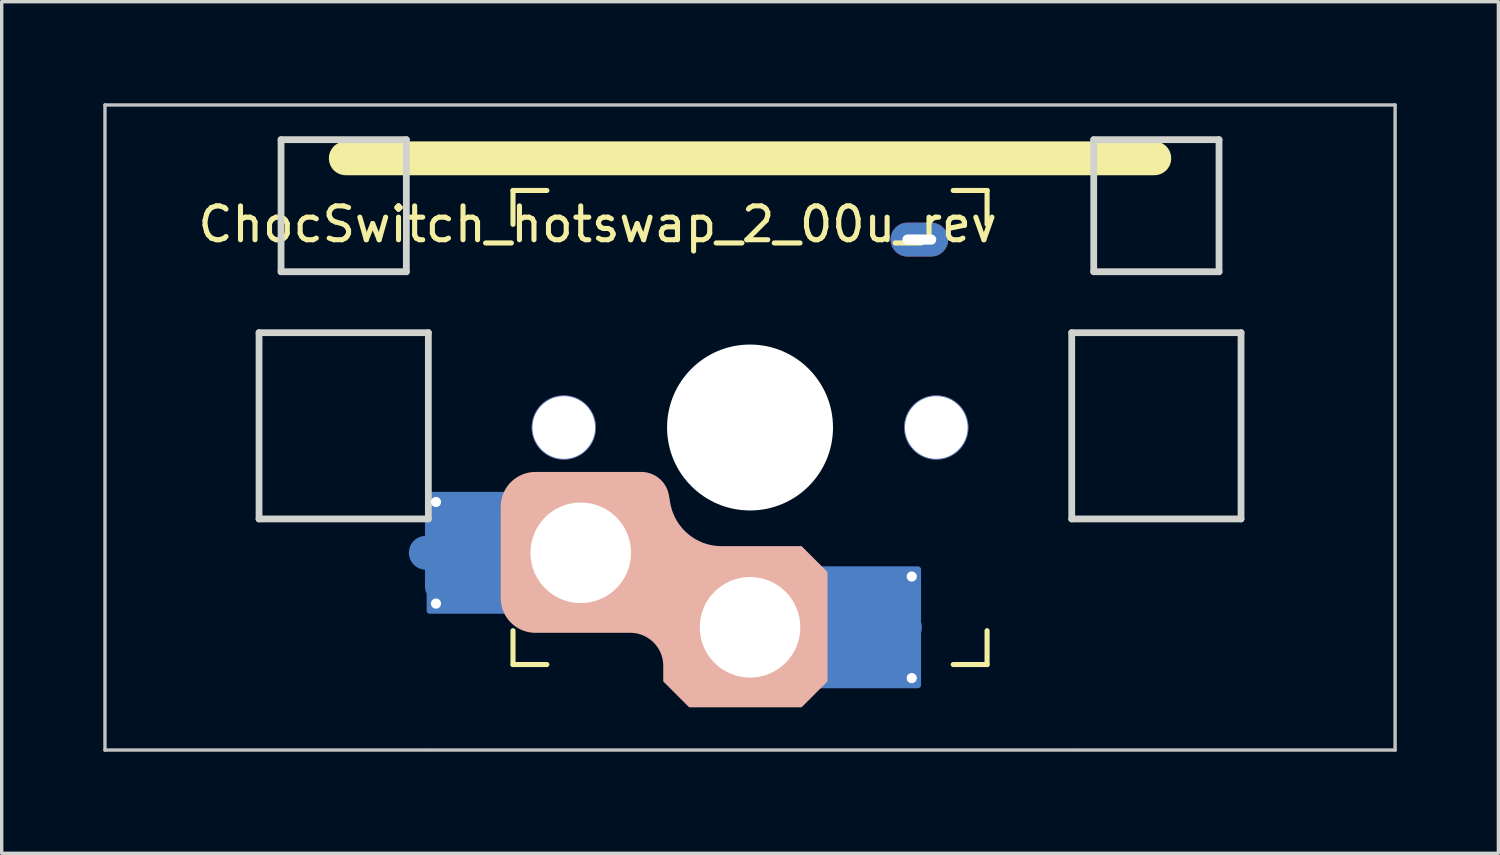
<source format=kicad_pcb>
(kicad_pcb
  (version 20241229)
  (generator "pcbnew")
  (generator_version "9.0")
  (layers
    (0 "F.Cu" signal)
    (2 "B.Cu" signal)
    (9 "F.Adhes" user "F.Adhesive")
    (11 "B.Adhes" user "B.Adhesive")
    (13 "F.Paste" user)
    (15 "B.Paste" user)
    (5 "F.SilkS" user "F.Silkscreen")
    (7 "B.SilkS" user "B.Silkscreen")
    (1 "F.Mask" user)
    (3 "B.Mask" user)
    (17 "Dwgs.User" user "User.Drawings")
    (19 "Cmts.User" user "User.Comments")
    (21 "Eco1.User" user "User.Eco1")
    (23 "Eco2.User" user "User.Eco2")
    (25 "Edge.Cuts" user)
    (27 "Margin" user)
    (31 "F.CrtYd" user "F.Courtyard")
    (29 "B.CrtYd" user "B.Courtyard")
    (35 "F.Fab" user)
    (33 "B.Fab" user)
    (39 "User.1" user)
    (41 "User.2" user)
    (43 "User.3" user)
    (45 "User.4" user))
  (footprint "ChocSwitch_hotswap_2_00u_rev"
    (layer "F.Cu")
    (at 19.1 9.575)
    (property "Reference" "ChocSwitch_hotswap_2_00u_rev" (at -4.5 -6 0) (unlocked yes) (layer "F.SilkS") (effects (font (size 1 1) (thickness 0.15))))
    (attr smd)
    (fp_line (start -7 -7) (end -6 -7) (stroke (width 0.15) (type solid)) (layer "F.SilkS"))
    (fp_line (start -7 -6) (end -7 -7) (stroke (width 0.15) (type solid)) (layer "F.SilkS"))
    (fp_line (start -7 7) (end -7 6) (stroke (width 0.15) (type solid)) (layer "F.SilkS"))
    (fp_line (start -6 7) (end -7 7) (stroke (width 0.15) (type solid)) (layer "F.SilkS"))
    (fp_line (start 6 7) (end 7 7) (stroke (width 0.15) (type solid)) (layer "F.SilkS"))
    (fp_line (start 7 -7) (end 6 -7) (stroke (width 0.15) (type solid)) (layer "F.SilkS"))
    (fp_line (start 7 -6) (end 7 -7) (stroke (width 0.15) (type solid)) (layer "F.SilkS"))
    (fp_line (start 7 7) (end 7 6) (stroke (width 0.15) (type solid)) (layer "F.SilkS"))
    (fp_line (start 11.938 -7.95) (end -11.938 -7.95) (stroke (width 1) (type solid)) (layer "F.SilkS"))
    (fp_line (start -9.525 9.525) (end -9.525 9.525) (stroke (width 0.071) (type solid)) (layer "B.SilkS"))
    (fp_line (start 9.525 9.525) (end 9.525 9.525) (stroke (width 0.071) (type solid)) (layer "B.SilkS"))
    (fp_poly (pts (xy -3.176 1.338) (xy -3.14 1.341) (xy -3.104 1.345) (xy -3.069 1.35) (xy -3.034 1.357) (xy -3 1.366) (xy -2.967 1.376) (xy -2.934 1.387) (xy -2.901 1.4) (xy -2.87 1.414) (xy -2.839 1.43) (xy -2.808 1.446) (xy -2.779 1.464) (xy -2.75 1.484) (xy -2.723 1.504) (xy -2.696 1.526) (xy -2.67 1.548) (xy -2.645 1.572) (xy -2.621 1.597) (xy -2.598 1.623) (xy -2.577 1.65) (xy -2.556 1.677) (xy -2.537 1.706) (xy -2.519 1.736) (xy -2.502 1.766) (xy -2.486 1.798) (xy -2.472 1.83) (xy -2.459 1.863) (xy -2.447 1.896) (xy -2.437 1.931) (xy -2.428 1.966) (xy -2.421 2.001) (xy -2.38 2.238) (xy -2.366 2.308) (xy -2.349 2.376) (xy -2.329 2.442) (xy -2.307 2.508) (xy -2.281 2.572) (xy -2.254 2.634) (xy -2.223 2.695) (xy -2.19 2.755) (xy -2.155 2.812) (xy -2.117 2.868) (xy -2.077 2.922) (xy -2.035 2.974) (xy -1.991 3.025) (xy -1.944 3.073) (xy -1.896 3.119) (xy -1.846 3.163) (xy -1.793 3.205) (xy -1.739 3.245) (xy -1.684 3.282) (xy -1.627 3.317) (xy -1.568 3.349) (xy -1.508 3.379) (xy -1.446 3.407) (xy -1.383 3.432) (xy -1.319 3.454) (xy -1.254 3.473) (xy -1.188 3.49) (xy -1.12 3.504) (xy -1.052 3.514) (xy -0.983 3.522) (xy -0.913 3.527) (xy -0.842 3.528) (xy 1.512 3.528) (xy 2.262 4.278) (xy 2.262 7.488) (xy 1.512 8.238) (xy -1.788 8.238) (xy -2.538 7.488) (xy -2.538 7.038) (xy -2.539 6.988) (xy -2.543 6.939) (xy -2.549 6.89) (xy -2.558 6.842) (xy -2.568 6.794) (xy -2.581 6.747) (xy -2.597 6.7) (xy -2.614 6.655) (xy -2.634 6.61) (xy -2.656 6.567) (xy -2.68 6.524) (xy -2.706 6.483) (xy -2.734 6.443) (xy -2.765 6.404) (xy -2.797 6.366) (xy -2.831 6.331) (xy -2.867 6.296) (xy -2.905 6.264) (xy -2.943 6.234) (xy -2.983 6.206) (xy -3.025 6.179) (xy -3.067 6.155) (xy -3.111 6.134) (xy -3.156 6.114) (xy -3.201 6.096) (xy -3.247 6.081) (xy -3.294 6.068) (xy -3.342 6.057) (xy -3.391 6.049) (xy -3.439 6.043) (xy -3.489 6.039) (xy -3.538 6.038) (xy -6.338 6.038) (xy -6.388 6.036) (xy -6.437 6.033) (xy -6.486 6.027) (xy -6.534 6.018) (xy -6.582 6.007) (xy -6.629 5.994) (xy -6.675 5.979) (xy -6.721 5.962) (xy -6.766 5.942) (xy -6.809 5.92) (xy -6.852 5.896) (xy -6.893 5.87) (xy -6.933 5.841) (xy -6.972 5.811) (xy -7.009 5.779) (xy -7.045 5.745) (xy -7.08 5.709) (xy -7.112 5.671) (xy -7.142 5.633) (xy -7.17 5.592) (xy -7.196 5.551) (xy -7.22 5.509) (xy -7.242 5.465) (xy -7.262 5.42) (xy -7.28 5.375) (xy -7.295 5.329) (xy -7.308 5.281) (xy -7.319 5.234) (xy -7.327 5.185) (xy -7.333 5.137) (xy -7.337 5.087) (xy -7.338 5.038) (xy -7.338 2.338) (xy -7.337 2.288) (xy -7.333 2.239) (xy -7.327 2.19) (xy -7.319 2.142) (xy -7.308 2.094) (xy -7.295 2.047) (xy -7.28 2) (xy -7.262 1.955) (xy -7.242 1.91) (xy -7.22 1.867) (xy -7.196 1.824) (xy -7.17 1.783) (xy -7.142 1.743) (xy -7.112 1.704) (xy -7.08 1.666) (xy -7.045 1.63) (xy -7.009 1.596) (xy -6.972 1.564) (xy -6.933 1.534) (xy -6.893 1.506) (xy -6.852 1.48) (xy -6.809 1.455) (xy -6.766 1.434) (xy -6.721 1.414) (xy -6.675 1.396) (xy -6.629 1.381) (xy -6.582 1.368) (xy -6.534 1.357) (xy -6.486 1.349) (xy -6.437 1.342) (xy -6.388 1.339) (xy -6.338 1.338) (xy -3.212 1.338)) (stroke (width 0.05) (type solid)) (fill yes) (layer "B.SilkS"))
    (fp_line (start -19.05 -9.525) (end 19.05 -9.525) (stroke (width 0.1) (type solid)) (layer "Dwgs.User"))
    (fp_line (start -19.05 9.525) (end -19.05 -9.525) (stroke (width 0.1) (type solid)) (layer "Dwgs.User"))
    (fp_line (start 19.05 -9.525) (end 19.05 9.525) (stroke (width 0.1) (type solid)) (layer "Dwgs.User"))
    (fp_line (start 19.05 9.525) (end -19.05 9.525) (stroke (width 0.1) (type solid)) (layer "Dwgs.User"))
    (fp_line (start -7 -7) (end 7 -7) (stroke (width 0.1) (type solid)) (layer "Eco1.User"))
    (fp_line (start -7 7) (end -7 -7) (stroke (width 0.1) (type solid)) (layer "Eco1.User"))
    (fp_line (start 7 -7) (end 7 7) (stroke (width 0.1) (type solid)) (layer "Eco1.User"))
    (fp_line (start 7 7) (end -7 7) (stroke (width 0.1) (type solid)) (layer "Eco1.User"))
    (fp_rect (start -1.75 -3.25) (end 1.75 -6.35) (stroke (width 0.1) (type solid)) (fill no) (layer "Eco1.User"))
    (fp_line (start 0 0) (end 0 -5) (stroke (width 0.05) (type solid)) (layer "Eco2.User"))
    (fp_line (start 8.262 0) (end 0 0) (stroke (width 0.05) (type solid)) (layer "Eco2.User"))
    (fp_line (start -14.5 -2.8) (end -9.5 -2.8) (stroke (width 0.2) (type solid)) (layer "Edge.Cuts"))
    (fp_line (start -14.5 2.7) (end -14.5 -2.8) (stroke (width 0.2) (type solid)) (layer "Edge.Cuts"))
    (fp_line (start -13.85 -8.5) (end -10.15 -8.5) (stroke (width 0.2) (type solid)) (layer "Edge.Cuts"))
    (fp_line (start -13.85 -4.6) (end -13.85 -8.5) (stroke (width 0.2) (type solid)) (layer "Edge.Cuts"))
    (fp_line (start -10.15 -8.5) (end -10.15 -4.6) (stroke (width 0.2) (type solid)) (layer "Edge.Cuts"))
    (fp_line (start -10.15 -4.6) (end -13.85 -4.6) (stroke (width 0.2) (type solid)) (layer "Edge.Cuts"))
    (fp_line (start -9.5 -2.8) (end -9.5 2.7) (stroke (width 0.2) (type solid)) (layer "Edge.Cuts"))
    (fp_line (start -9.5 2.7) (end -14.5 2.7) (stroke (width 0.2) (type solid)) (layer "Edge.Cuts"))
    (fp_line (start 9.5 -2.8) (end 9.5 2.7) (stroke (width 0.2) (type solid)) (layer "Edge.Cuts"))
    (fp_line (start 9.5 2.7) (end 14.5 2.7) (stroke (width 0.2) (type solid)) (layer "Edge.Cuts"))
    (fp_line (start 10.15 -8.5) (end 10.15 -4.6) (stroke (width 0.2) (type solid)) (layer "Edge.Cuts"))
    (fp_line (start 10.15 -4.6) (end 13.85 -4.6) (stroke (width 0.2) (type solid)) (layer "Edge.Cuts"))
    (fp_line (start 13.85 -8.5) (end 10.15 -8.5) (stroke (width 0.2) (type solid)) (layer "Edge.Cuts"))
    (fp_line (start 13.85 -8.5) (end 13.85 -4.6) (stroke (width 0.2) (type solid)) (layer "Edge.Cuts"))
    (fp_line (start 14.5 -2.8) (end 9.5 -2.8) (stroke (width 0.2) (type solid)) (layer "Edge.Cuts"))
    (fp_line (start 14.5 2.7) (end 14.5 -2.8) (stroke (width 0.2) (type solid)) (layer "Edge.Cuts"))
    (pad "" np_thru_hole circle (at -5.5 0 90) (size 1.9 1.9) (drill 1.85) (layers "*.Cu" "*.Mask"))
    (pad "" np_thru_hole circle (at -5 3.7 90) (size 3 3) (drill 2.97) (layers "*.Cu" "*.Mask"))
    (pad "" np_thru_hole circle (at 0 0 90) (size 4.9 4.9) (drill 4.9) (layers "*.Cu" "*.Mask"))
    (pad "" np_thru_hole circle (at 0 5.9 90) (size 2.97 2.97) (drill 2.97) (layers "*.Cu" "*.Mask"))
    (pad "" thru_hole oval (at 5 -5.55) (size 1.7 1) (drill oval 1 0.3) (layers "*.Cu" "*.Mask"))
    (pad "" np_thru_hole circle (at 5.5 0 90) (size 1.9 1.9) (drill 1.85) (layers "*.Cu" "*.Mask"))
    (pad "1" smd roundrect (at 3.3 5.9) (size 2.6 2.6) (layers "B.Cu" "B.Mask" "B.Paste") (roundrect_rratio 0.1))
    (pad "1" smd roundrect (at 3.5 5.9) (size 3.1 3.6) (layers "B.Cu") (roundrect_rratio 0.029))
    (pad "1" smd circle (at 4.575 5.9 180) (size 1 1) (layers "B.Cu" "B.Mask" "B.Paste"))
    (pad "1" thru_hole circle (at 4.775 4.4 180) (size 0.5 0.5) (drill 0.3) (layers "*.Cu" "F.Mask"))
    (pad "1" thru_hole circle (at 4.775 7.4 180) (size 0.5 0.5) (drill 0.3) (layers "*.Cu" "F.Mask"))
    (pad "2" smd circle (at -9.575 3.7) (size 1 1) (layers "B.Cu" "B.Mask" "B.Paste"))
    (pad "2" thru_hole circle (at -9.275 2.2) (size 0.5 0.5) (drill 0.3) (layers "*.Cu" "F.Mask"))
    (pad "2" thru_hole circle (at -9.275 5.2) (size 0.5 0.5) (drill 0.3) (layers "*.Cu" "F.Mask"))
    (pad "2" smd roundrect (at -8.3 3.7 180) (size 2.6 2.6) (layers "B.Cu" "B.Mask" "B.Paste") (roundrect_rratio 0.1))
    (pad "2" smd roundrect (at -8 3.7 180) (size 3.1 3.6) (layers "B.Cu") (roundrect_rratio 0.029)))
  (gr_rect
    (start -3 -3)
    (end 41.2 22.15)
    (stroke (width 0.1) (type default))
    (fill no)
    (layer "Edge.Cuts")))
</source>
